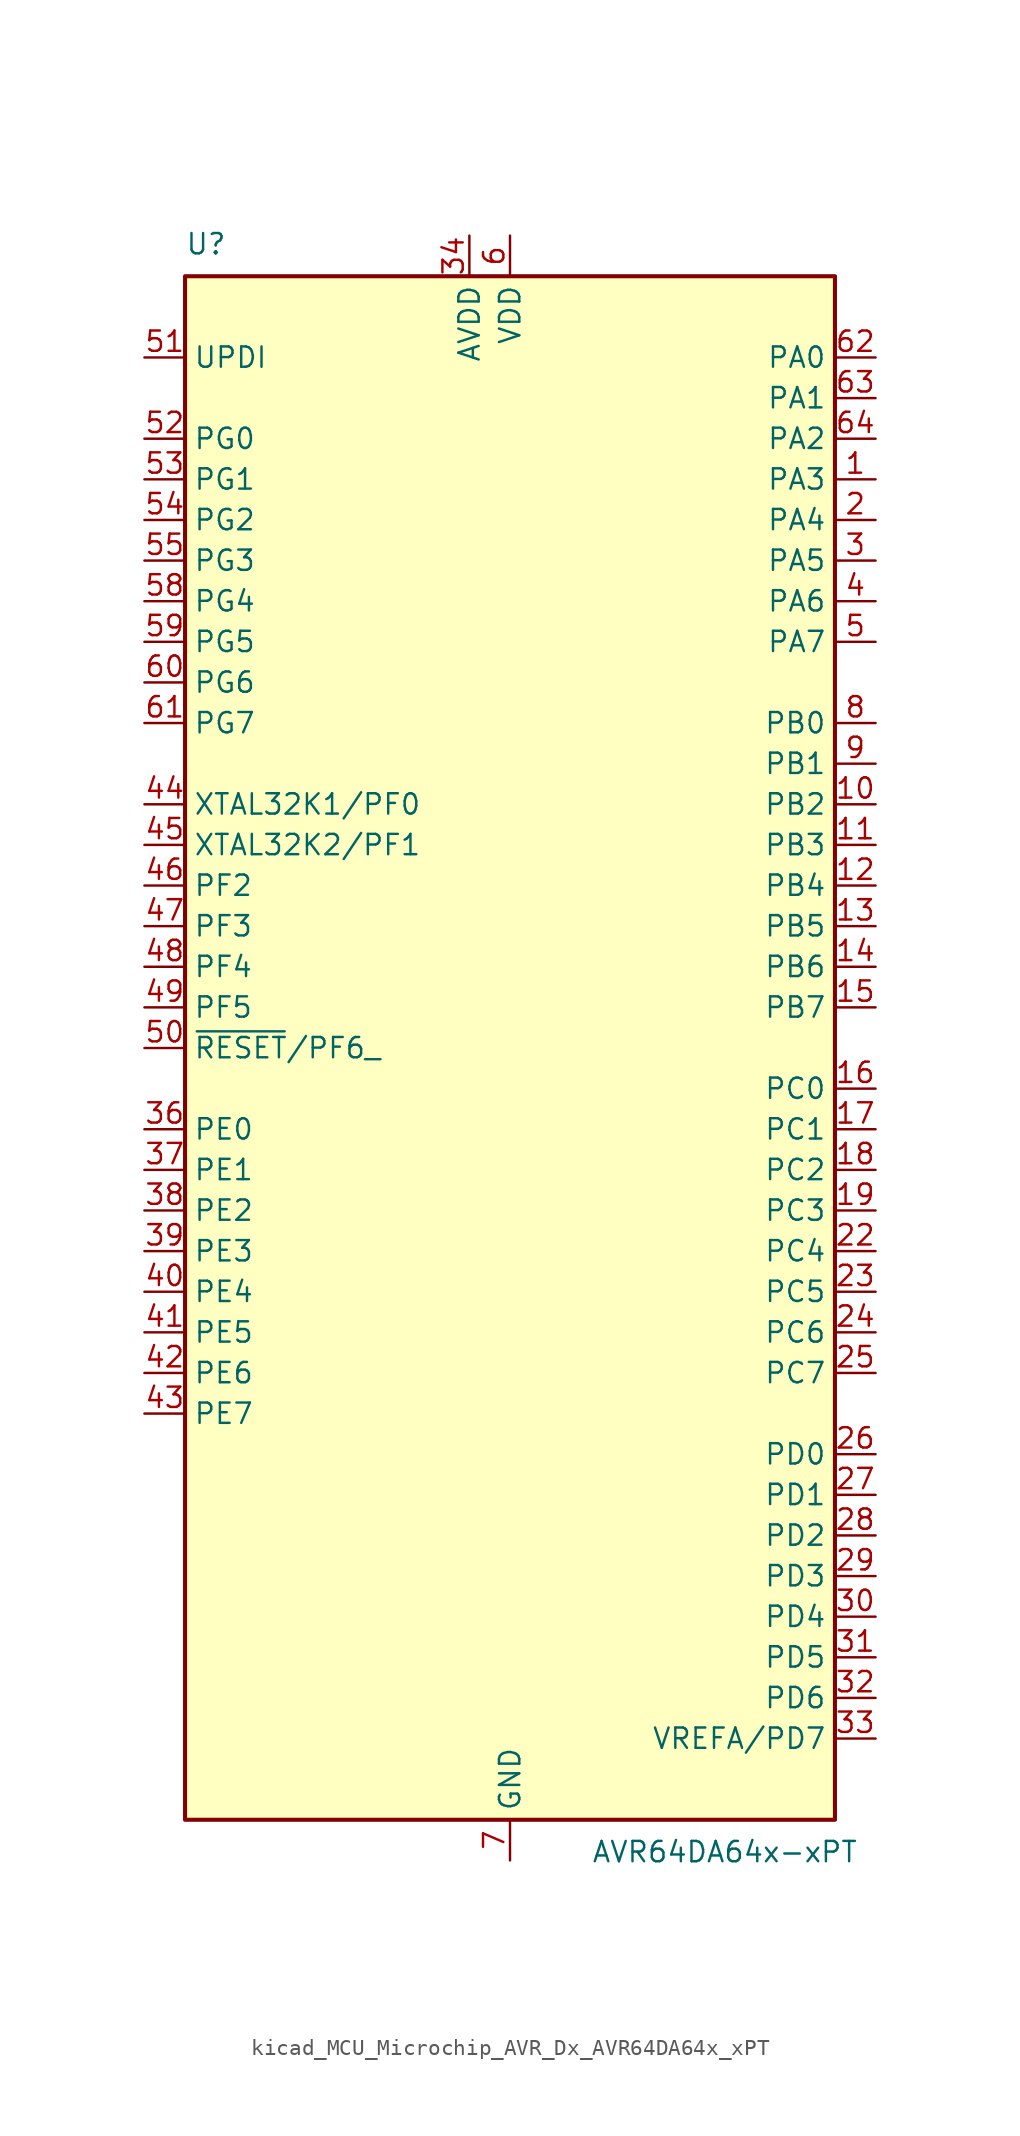
<source format=kicad_sym>
(kicad_symbol_lib
  (version 20220914)
  (generator kicad_symbol_editor)
  (symbol "kicad_MCU_Microchip_AVR_Dx_AVR64DA64x_xPT"
    (property "Reference" "U"
      (at -20.32 49.53 0)
      (effects (font (size 1.27 1.27)) (justify left bottom)))
    (property "Value" "AVR64DA64x-xPT"
      (at 5.08 -49.53 0)
      (effects (font (size 1.27 1.27)) (justify left top)))
    (symbol "kicad_MCU_Microchip_AVR_Dx_AVR64DA64x_xPT_0_1"
      (rectangle (start -20.32 48.26) (end 20.32 -48.26) (stroke (width 0.254) (type default)) (fill (type background))))
    (symbol "kicad_MCU_Microchip_AVR_Dx_AVR64DA64x_xPT_1_1"
      (pin bidirectional line (at 22.86 35.56 180) (length 2.54) (name "PA3" (effects (font (size 1.27 1.27)))) (number "1" (effects (font (size 1.27 1.27)))))
      (pin bidirectional line (at 22.86 15.24 180) (length 2.54) (name "PB2" (effects (font (size 1.27 1.27)))) (number "10" (effects (font (size 1.27 1.27)))))
      (pin bidirectional line (at 22.86 12.7 180) (length 2.54) (name "PB3" (effects (font (size 1.27 1.27)))) (number "11" (effects (font (size 1.27 1.27)))))
      (pin bidirectional line (at 22.86 10.16 180) (length 2.54) (name "PB4" (effects (font (size 1.27 1.27)))) (number "12" (effects (font (size 1.27 1.27)))))
      (pin bidirectional line (at 22.86 7.62 180) (length 2.54) (name "PB5" (effects (font (size 1.27 1.27)))) (number "13" (effects (font (size 1.27 1.27)))))
      (pin bidirectional line (at 22.86 5.08 180) (length 2.54) (name "PB6" (effects (font (size 1.27 1.27)))) (number "14" (effects (font (size 1.27 1.27)))))
      (pin bidirectional line (at 22.86 2.54 180) (length 2.54) (name "PB7" (effects (font (size 1.27 1.27)))) (number "15" (effects (font (size 1.27 1.27)))))
      (pin bidirectional line (at 22.86 -2.54 180) (length 2.54) (name "PC0" (effects (font (size 1.27 1.27)))) (number "16" (effects (font (size 1.27 1.27)))))
      (pin bidirectional line (at 22.86 -5.08 180) (length 2.54) (name "PC1" (effects (font (size 1.27 1.27)))) (number "17" (effects (font (size 1.27 1.27)))))
      (pin bidirectional line (at 22.86 -7.62 180) (length 2.54) (name "PC2" (effects (font (size 1.27 1.27)))) (number "18" (effects (font (size 1.27 1.27)))))
      (pin bidirectional line (at 22.86 -10.16 180) (length 2.54) (name "PC3" (effects (font (size 1.27 1.27)))) (number "19" (effects (font (size 1.27 1.27)))))
      (pin bidirectional line (at 22.86 33.02 180) (length 2.54) (name "PA4" (effects (font (size 1.27 1.27)))) (number "2" (effects (font (size 1.27 1.27)))))
      (pin passive line (at 0 50.8 270) (length 2.54) hide (name "VDD" (effects (font (size 1.27 1.27)))) (number "20" (effects (font (size 1.27 1.27)))))
      (pin passive line (at 0 -50.8 90) (length 2.54) hide (name "GND" (effects (font (size 1.27 1.27)))) (number "21" (effects (font (size 1.27 1.27)))))
      (pin bidirectional line (at 22.86 -12.7 180) (length 2.54) (name "PC4" (effects (font (size 1.27 1.27)))) (number "22" (effects (font (size 1.27 1.27)))))
      (pin bidirectional line (at 22.86 -15.24 180) (length 2.54) (name "PC5" (effects (font (size 1.27 1.27)))) (number "23" (effects (font (size 1.27 1.27)))))
      (pin bidirectional line (at 22.86 -17.78 180) (length 2.54) (name "PC6" (effects (font (size 1.27 1.27)))) (number "24" (effects (font (size 1.27 1.27)))))
      (pin bidirectional line (at 22.86 -20.32 180) (length 2.54) (name "PC7" (effects (font (size 1.27 1.27)))) (number "25" (effects (font (size 1.27 1.27)))))
      (pin bidirectional line (at 22.86 -25.4 180) (length 2.54) (name "PD0" (effects (font (size 1.27 1.27)))) (number "26" (effects (font (size 1.27 1.27)))))
      (pin bidirectional line (at 22.86 -27.94 180) (length 2.54) (name "PD1" (effects (font (size 1.27 1.27)))) (number "27" (effects (font (size 1.27 1.27)))))
      (pin bidirectional line (at 22.86 -30.48 180) (length 2.54) (name "PD2" (effects (font (size 1.27 1.27)))) (number "28" (effects (font (size 1.27 1.27)))))
      (pin bidirectional line (at 22.86 -33.02 180) (length 2.54) (name "PD3" (effects (font (size 1.27 1.27)))) (number "29" (effects (font (size 1.27 1.27)))))
      (pin bidirectional line (at 22.86 30.48 180) (length 2.54) (name "PA5" (effects (font (size 1.27 1.27)))) (number "3" (effects (font (size 1.27 1.27)))))
      (pin bidirectional line (at 22.86 -35.56 180) (length 2.54) (name "PD4" (effects (font (size 1.27 1.27)))) (number "30" (effects (font (size 1.27 1.27)))))
      (pin bidirectional line (at 22.86 -38.1 180) (length 2.54) (name "PD5" (effects (font (size 1.27 1.27)))) (number "31" (effects (font (size 1.27 1.27)))))
      (pin bidirectional line (at 22.86 -40.64 180) (length 2.54) (name "PD6" (effects (font (size 1.27 1.27)))) (number "32" (effects (font (size 1.27 1.27)))))
      (pin bidirectional line (at 22.86 -43.18 180) (length 2.54) (name "VREFA/PD7" (effects (font (size 1.27 1.27)))) (number "33" (effects (font (size 1.27 1.27)))))
      (pin power_in line (at -2.54 50.8 270) (length 2.54) (name "AVDD" (effects (font (size 1.27 1.27)))) (number "34" (effects (font (size 1.27 1.27)))))
      (pin passive line (at 0 -50.8 90) (length 2.54) hide (name "GND" (effects (font (size 1.27 1.27)))) (number "35" (effects (font (size 1.27 1.27)))))
      (pin bidirectional line (at -22.86 -5.08 0) (length 2.54) (name "PE0" (effects (font (size 1.27 1.27)))) (number "36" (effects (font (size 1.27 1.27)))))
      (pin bidirectional line (at -22.86 -7.62 0) (length 2.54) (name "PE1" (effects (font (size 1.27 1.27)))) (number "37" (effects (font (size 1.27 1.27)))))
      (pin bidirectional line (at -22.86 -10.16 0) (length 2.54) (name "PE2" (effects (font (size 1.27 1.27)))) (number "38" (effects (font (size 1.27 1.27)))))
      (pin bidirectional line (at -22.86 -12.7 0) (length 2.54) (name "PE3" (effects (font (size 1.27 1.27)))) (number "39" (effects (font (size 1.27 1.27)))))
      (pin bidirectional line (at 22.86 27.94 180) (length 2.54) (name "PA6" (effects (font (size 1.27 1.27)))) (number "4" (effects (font (size 1.27 1.27)))))
      (pin bidirectional line (at -22.86 -15.24 0) (length 2.54) (name "PE4" (effects (font (size 1.27 1.27)))) (number "40" (effects (font (size 1.27 1.27)))))
      (pin bidirectional line (at -22.86 -17.78 0) (length 2.54) (name "PE5" (effects (font (size 1.27 1.27)))) (number "41" (effects (font (size 1.27 1.27)))))
      (pin bidirectional line (at -22.86 -20.32 0) (length 2.54) (name "PE6" (effects (font (size 1.27 1.27)))) (number "42" (effects (font (size 1.27 1.27)))))
      (pin bidirectional line (at -22.86 -22.86 0) (length 2.54) (name "PE7" (effects (font (size 1.27 1.27)))) (number "43" (effects (font (size 1.27 1.27)))))
      (pin bidirectional line (at -22.86 15.24 0) (length 2.54) (name "XTAL32K1/PF0" (effects (font (size 1.27 1.27)))) (number "44" (effects (font (size 1.27 1.27)))))
      (pin bidirectional line (at -22.86 12.7 0) (length 2.54) (name "XTAL32K2/PF1" (effects (font (size 1.27 1.27)))) (number "45" (effects (font (size 1.27 1.27)))))
      (pin bidirectional line (at -22.86 10.16 0) (length 2.54) (name "PF2" (effects (font (size 1.27 1.27)))) (number "46" (effects (font (size 1.27 1.27)))))
      (pin bidirectional line (at -22.86 7.62 0) (length 2.54) (name "PF3" (effects (font (size 1.27 1.27)))) (number "47" (effects (font (size 1.27 1.27)))))
      (pin bidirectional line (at -22.86 5.08 0) (length 2.54) (name "PF4" (effects (font (size 1.27 1.27)))) (number "48" (effects (font (size 1.27 1.27)))))
      (pin bidirectional line (at -22.86 2.54 0) (length 2.54) (name "PF5" (effects (font (size 1.27 1.27)))) (number "49" (effects (font (size 1.27 1.27)))))
      (pin bidirectional line (at 22.86 25.4 180) (length 2.54) (name "PA7" (effects (font (size 1.27 1.27)))) (number "5" (effects (font (size 1.27 1.27)))))
      (pin bidirectional line (at -22.86 0 0) (length 2.54) (name "~{RESET}/PF6_" (effects (font (size 1.27 1.27)))) (number "50" (effects (font (size 1.27 1.27)))))
      (pin input line (at -22.86 43.18 0) (length 2.54) (name "UPDI" (effects (font (size 1.27 1.27)))) (number "51" (effects (font (size 1.27 1.27)))))
      (pin bidirectional line (at -22.86 38.1 0) (length 2.54) (name "PG0" (effects (font (size 1.27 1.27)))) (number "52" (effects (font (size 1.27 1.27)))))
      (pin bidirectional line (at -22.86 35.56 0) (length 2.54) (name "PG1" (effects (font (size 1.27 1.27)))) (number "53" (effects (font (size 1.27 1.27)))))
      (pin bidirectional line (at -22.86 33.02 0) (length 2.54) (name "PG2" (effects (font (size 1.27 1.27)))) (number "54" (effects (font (size 1.27 1.27)))))
      (pin bidirectional line (at -22.86 30.48 0) (length 2.54) (name "PG3" (effects (font (size 1.27 1.27)))) (number "55" (effects (font (size 1.27 1.27)))))
      (pin passive line (at 0 50.8 270) (length 2.54) hide (name "VDD" (effects (font (size 1.27 1.27)))) (number "56" (effects (font (size 1.27 1.27)))))
      (pin passive line (at 0 -50.8 90) (length 2.54) hide (name "GND" (effects (font (size 1.27 1.27)))) (number "57" (effects (font (size 1.27 1.27)))))
      (pin bidirectional line (at -22.86 27.94 0) (length 2.54) (name "PG4" (effects (font (size 1.27 1.27)))) (number "58" (effects (font (size 1.27 1.27)))))
      (pin bidirectional line (at -22.86 25.4 0) (length 2.54) (name "PG5" (effects (font (size 1.27 1.27)))) (number "59" (effects (font (size 1.27 1.27)))))
      (pin power_in line (at 0 50.8 270) (length 2.54) (name "VDD" (effects (font (size 1.27 1.27)))) (number "6" (effects (font (size 1.27 1.27)))))
      (pin bidirectional line (at -22.86 22.86 0) (length 2.54) (name "PG6" (effects (font (size 1.27 1.27)))) (number "60" (effects (font (size 1.27 1.27)))))
      (pin bidirectional line (at -22.86 20.32 0) (length 2.54) (name "PG7" (effects (font (size 1.27 1.27)))) (number "61" (effects (font (size 1.27 1.27)))))
      (pin bidirectional line (at 22.86 43.18 180) (length 2.54) (name "PA0" (effects (font (size 1.27 1.27)))) (number "62" (effects (font (size 1.27 1.27)))))
      (pin bidirectional line (at 22.86 40.64 180) (length 2.54) (name "PA1" (effects (font (size 1.27 1.27)))) (number "63" (effects (font (size 1.27 1.27)))))
      (pin bidirectional line (at 22.86 38.1 180) (length 2.54) (name "PA2" (effects (font (size 1.27 1.27)))) (number "64" (effects (font (size 1.27 1.27)))))
      (pin power_in line (at 0 -50.8 90) (length 2.54) (name "GND" (effects (font (size 1.27 1.27)))) (number "7" (effects (font (size 1.27 1.27)))))
      (pin bidirectional line (at 22.86 20.32 180) (length 2.54) (name "PB0" (effects (font (size 1.27 1.27)))) (number "8" (effects (font (size 1.27 1.27)))))
      (pin bidirectional line (at 22.86 17.78 180) (length 2.54) (name "PB1" (effects (font (size 1.27 1.27)))) (number "9" (effects (font (size 1.27 1.27))))))))
</source>
